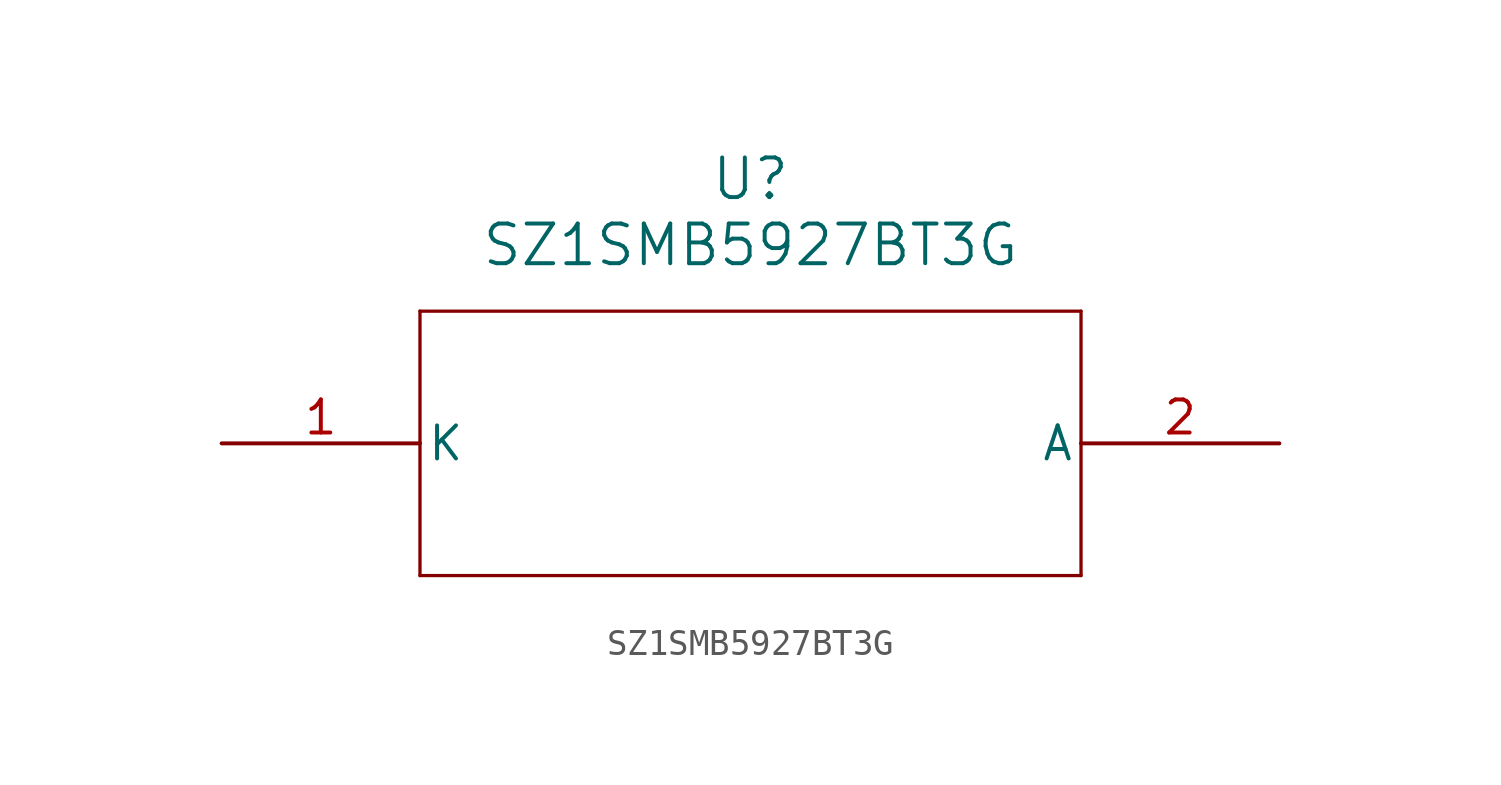
<source format=kicad_sym>
(kicad_symbol_lib
  (version 20211014)
  (generator kicad_symbol_editor)
  (symbol "SZ1SMB5927BT3G"
    (pin_names
      (offset 0.254))
    (property "Reference" "U"
      (at 20.32 10.16 0)
      (effects (font (size 1.524 1.524))))
    (property "Value" "SZ1SMB5927BT3G"
      (at 20.32 7.62 0)
      (effects (font (size 1.524 1.524))))
    (symbol "SZ1SMB5927BT3G_0_1"
      (polyline (pts (xy 7.62 5.08) (xy 7.62 -5.08)) (stroke (width 0.127) (type default) (color 0 0 0 0)) (fill (type none)))
      (polyline (pts (xy 7.62 -5.08) (xy 33.02 -5.08)) (stroke (width 0.127) (type default) (color 0 0 0 0)) (fill (type none)))
      (polyline (pts (xy 33.02 -5.08) (xy 33.02 5.08)) (stroke (width 0.127) (type default) (color 0 0 0 0)) (fill (type none)))
      (polyline (pts (xy 33.02 5.08) (xy 7.62 5.08)) (stroke (width 0.127) (type default) (color 0 0 0 0)) (fill (type none)))
      (pin unspecified line (at 0 0 0) (length 7.62) (name "K" (effects (font (size 1.27 1.27)))) (number "1" (effects (font (size 1.27 1.27)))))
      (pin unspecified line (at 40.64 0 180) (length 7.62) (name "A" (effects (font (size 1.27 1.27)))) (number "2" (effects (font (size 1.27 1.27))))))))
</source>
